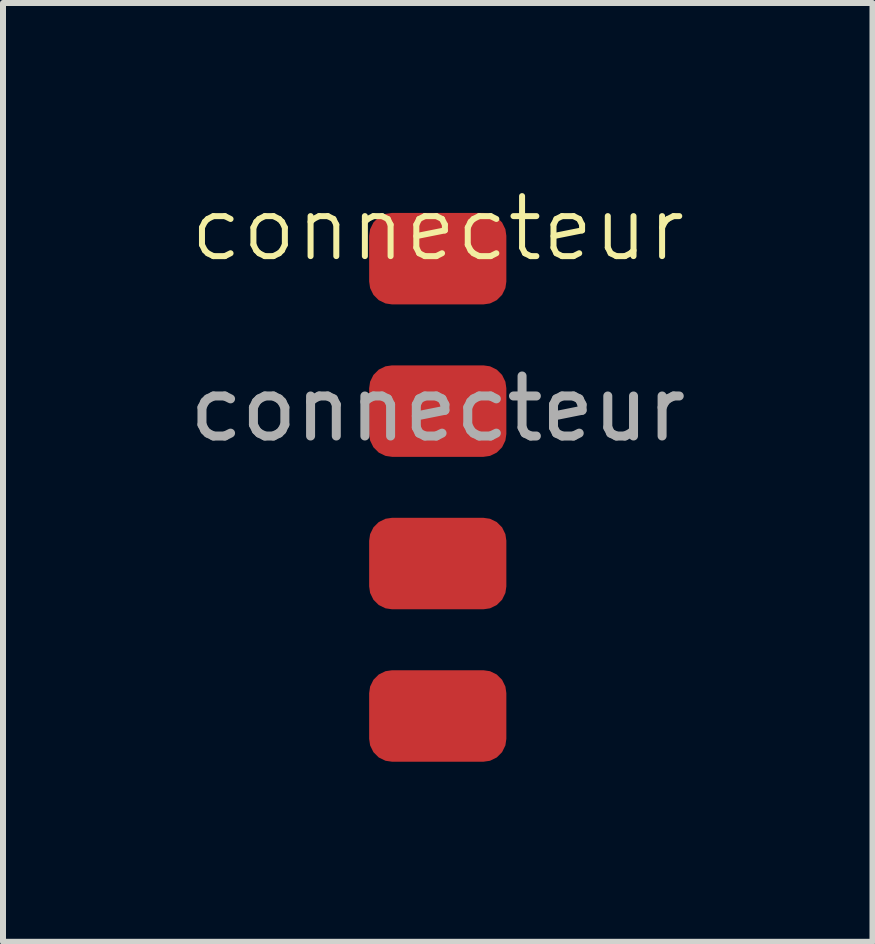
<source format=kicad_pcb>
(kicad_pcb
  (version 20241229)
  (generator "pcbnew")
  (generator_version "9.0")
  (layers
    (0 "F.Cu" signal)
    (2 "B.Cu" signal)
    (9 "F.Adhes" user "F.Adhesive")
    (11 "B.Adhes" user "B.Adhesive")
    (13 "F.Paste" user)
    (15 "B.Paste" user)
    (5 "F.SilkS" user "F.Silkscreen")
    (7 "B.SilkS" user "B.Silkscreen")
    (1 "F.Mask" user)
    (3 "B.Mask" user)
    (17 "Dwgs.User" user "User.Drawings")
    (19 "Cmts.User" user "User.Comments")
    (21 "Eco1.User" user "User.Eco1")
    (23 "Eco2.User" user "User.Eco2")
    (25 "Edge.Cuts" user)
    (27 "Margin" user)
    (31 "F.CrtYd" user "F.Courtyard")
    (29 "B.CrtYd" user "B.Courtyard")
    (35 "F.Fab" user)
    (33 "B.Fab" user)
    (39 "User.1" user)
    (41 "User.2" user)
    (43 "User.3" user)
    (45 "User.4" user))
  (footprint "connecteur"
    (layer "F.Cu")
    (at 4.244 1.26)
    (property "Reference" "connecteur" (at 0 -0.5 0) (unlocked yes) (layer "F.SilkS") (effects (font (size 1 1) (thickness 0.1))))
    (attr smd)
    (fp_text user "${REFERENCE}" (at 0 2.5 0) (unlocked yes) (layer "F.Fab") (effects (font (size 1 1) (thickness 0.15))))
    (pad "1" smd roundrect (at 0 0) (size 2.286 1.524) (layers "F.Cu" "F.Mask" "F.Paste") (roundrect_rratio 0.25))
    (pad "2" smd roundrect (at 0 2.54) (size 2.286 1.524) (layers "F.Cu" "F.Mask" "F.Paste") (roundrect_rratio 0.25))
    (pad "3" smd roundrect (at 0 5.08) (size 2.286 1.524) (layers "F.Cu" "F.Mask" "F.Paste") (roundrect_rratio 0.25))
    (pad "4" smd roundrect (at 0 7.62) (size 2.286 1.524) (layers "F.Cu" "F.Mask" "F.Paste") (roundrect_rratio 0.25)))
  (gr_rect
    (start -3 -3)
    (end 11.488 12.643)
    (stroke (width 0.1) (type default))
    (fill no)
    (layer "Edge.Cuts")))
</source>
